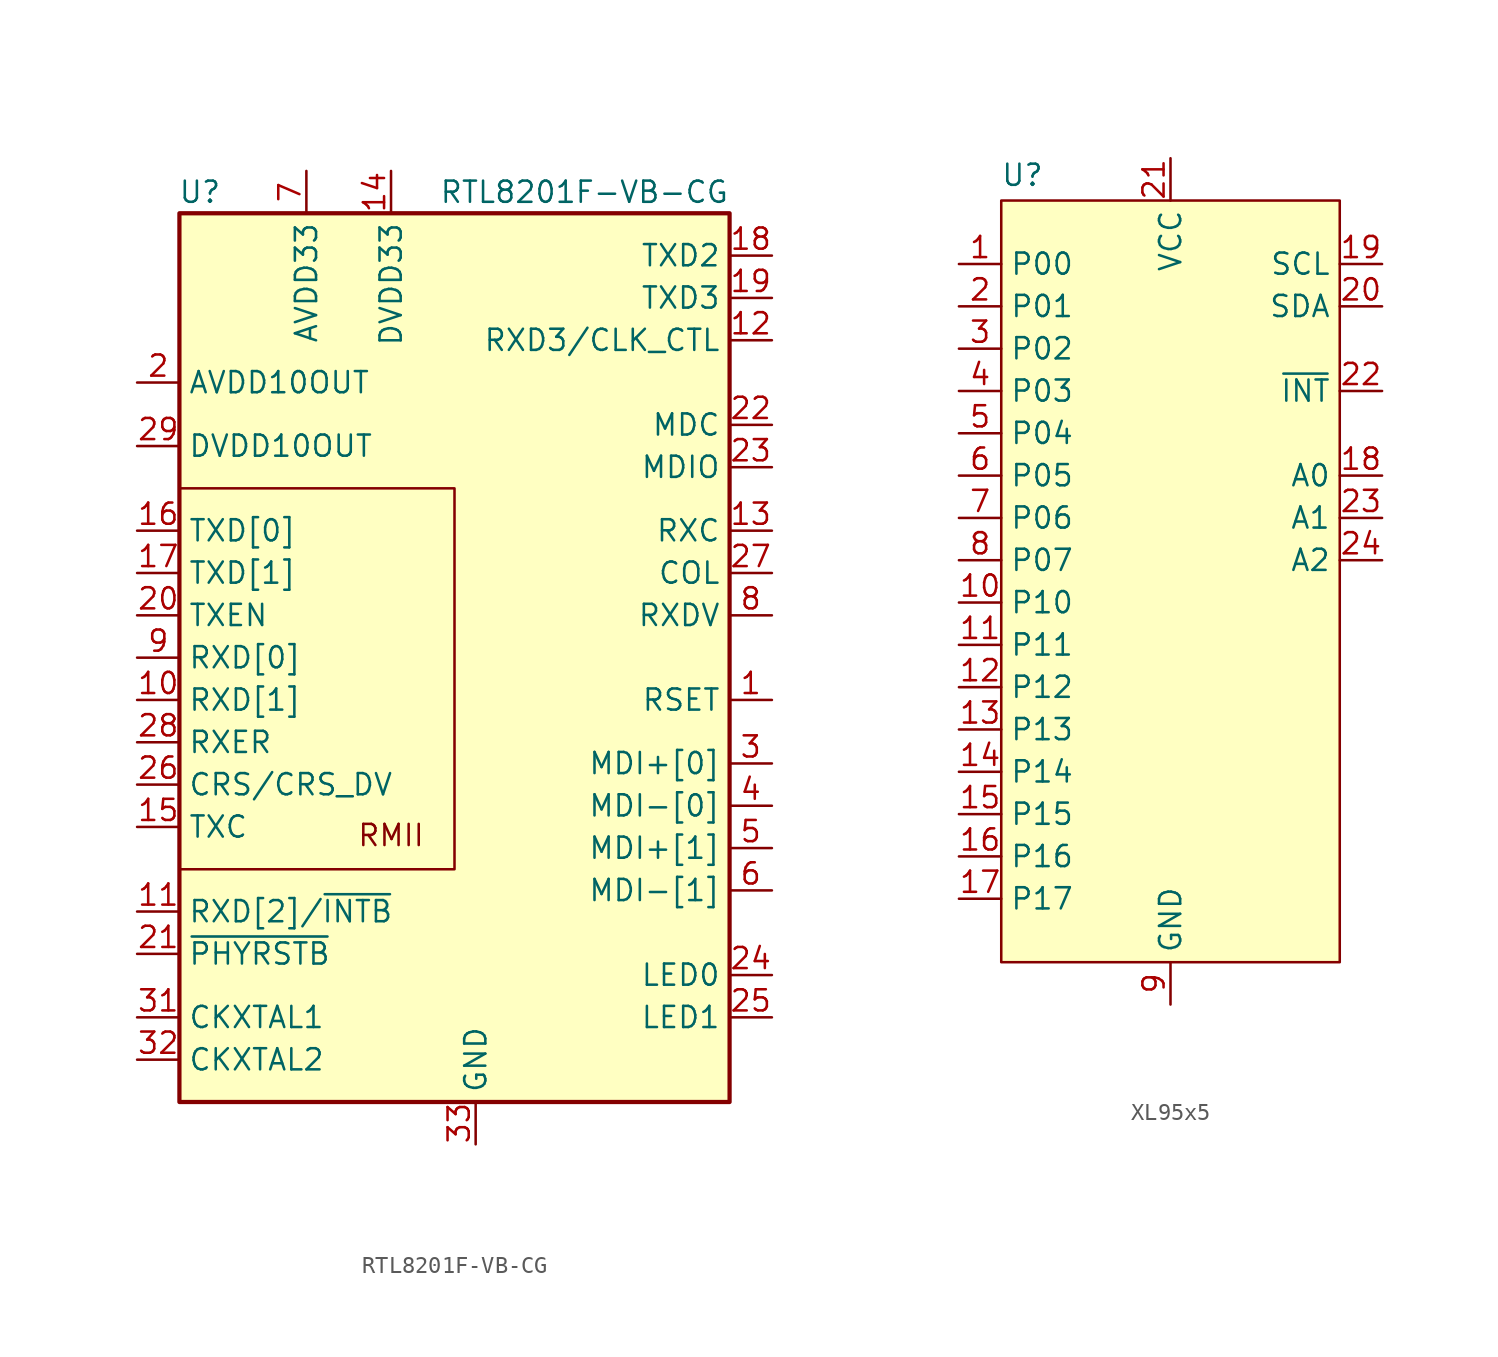
<source format=kicad_sym>
(kicad_symbol_lib
  (version 20231120)
  (generator "kicad_symbol_editor")
  (generator_version "8.0")
  (symbol "RTL8201F-VB-CG"
    (property "Reference" "U"
      (at -15.24 29.21 0)
      (effects (font (size 1.27 1.27)) (justify right)))
    (property "Value" "RTL8201F-VB-CG"
      (at 15.24 29.21 0)
      (effects (font (size 1.27 1.27)) (justify right)))
    (symbol "RTL8201F-VB-CG_0_0"
      (text "RMII" (at -5.08 -9.398 0) (effects (font (size 1.27 1.27)))))
    (symbol "RTL8201F-VB-CG_0_1"
      (rectangle (start -17.78 27.94) (end 15.24 -25.4) (stroke (width 0.254) (type default)) (fill (type background)))
      (polyline (pts (xy -17.78 -11.43) (xy -1.27 -11.43) (xy -1.27 11.43) (xy -17.78 11.43)) (stroke (width 0) (type default)) (fill (type none))))
    (symbol "RTL8201F-VB-CG_1_1"
      (pin bidirectional line (at 17.78 -1.27 180) (length 2.54) (name "RSET" (effects (font (size 1.27 1.27)))) (number "1" (effects (font (size 1.27 1.27)))))
      (pin bidirectional line (at -20.32 -1.27 0) (length 2.54) (name "RXD[1]" (effects (font (size 1.27 1.27)))) (number "10" (effects (font (size 1.27 1.27)))))
      (pin bidirectional line (at -20.32 -13.97 0) (length 2.54) (name "RXD[2]/~{INTB}" (effects (font (size 1.27 1.27)))) (number "11" (effects (font (size 1.27 1.27)))))
      (pin bidirectional line (at 17.78 20.32 180) (length 2.54) (name "RXD3/CLK_CTL" (effects (font (size 1.27 1.27)))) (number "12" (effects (font (size 1.27 1.27)))))
      (pin bidirectional line (at 17.78 8.89 180) (length 2.54) (name "RXC" (effects (font (size 1.27 1.27)))) (number "13" (effects (font (size 1.27 1.27)))))
      (pin power_in line (at -5.08 30.48 270) (length 2.54) (name "DVDD33" (effects (font (size 1.27 1.27)))) (number "14" (effects (font (size 1.27 1.27)))))
      (pin bidirectional line (at -20.32 -8.89 0) (length 2.54) (name "TXC" (effects (font (size 1.27 1.27)))) (number "15" (effects (font (size 1.27 1.27)))))
      (pin bidirectional line (at -20.32 8.89 0) (length 2.54) (name "TXD[0]" (effects (font (size 1.27 1.27)))) (number "16" (effects (font (size 1.27 1.27)))))
      (pin bidirectional line (at -20.32 6.35 0) (length 2.54) (name "TXD[1]" (effects (font (size 1.27 1.27)))) (number "17" (effects (font (size 1.27 1.27)))))
      (pin bidirectional line (at 17.78 25.4 180) (length 2.54) (name "TXD2" (effects (font (size 1.27 1.27)))) (number "18" (effects (font (size 1.27 1.27)))))
      (pin bidirectional line (at 17.78 22.86 180) (length 2.54) (name "TXD3" (effects (font (size 1.27 1.27)))) (number "19" (effects (font (size 1.27 1.27)))))
      (pin power_in line (at -20.32 17.78 0) (length 2.54) (name "AVDD10OUT" (effects (font (size 1.27 1.27)))) (number "2" (effects (font (size 1.27 1.27)))))
      (pin bidirectional line (at -20.32 3.81 0) (length 2.54) (name "TXEN" (effects (font (size 1.27 1.27)))) (number "20" (effects (font (size 1.27 1.27)))))
      (pin bidirectional line (at -20.32 -16.51 0) (length 2.54) (name "~{PHYRSTB}" (effects (font (size 1.27 1.27)))) (number "21" (effects (font (size 1.27 1.27)))))
      (pin bidirectional line (at 17.78 15.24 180) (length 2.54) (name "MDC" (effects (font (size 1.27 1.27)))) (number "22" (effects (font (size 1.27 1.27)))))
      (pin bidirectional line (at 17.78 12.7 180) (length 2.54) (name "MDIO" (effects (font (size 1.27 1.27)))) (number "23" (effects (font (size 1.27 1.27)))))
      (pin bidirectional line (at 17.78 -17.78 180) (length 2.54) (name "LED0" (effects (font (size 1.27 1.27)))) (number "24" (effects (font (size 1.27 1.27)))))
      (pin bidirectional line (at 17.78 -20.32 180) (length 2.54) (name "LED1" (effects (font (size 1.27 1.27)))) (number "25" (effects (font (size 1.27 1.27)))))
      (pin bidirectional line (at -20.32 -6.35 0) (length 2.54) (name "CRS/CRS_DV" (effects (font (size 1.27 1.27)))) (number "26" (effects (font (size 1.27 1.27)))))
      (pin bidirectional line (at 17.78 6.35 180) (length 2.54) (name "COL" (effects (font (size 1.27 1.27)))) (number "27" (effects (font (size 1.27 1.27)))))
      (pin bidirectional line (at -20.32 -3.81 0) (length 2.54) (name "RXER" (effects (font (size 1.27 1.27)))) (number "28" (effects (font (size 1.27 1.27)))))
      (pin power_in line (at -20.32 13.97 0) (length 2.54) (name "DVDD10OUT" (effects (font (size 1.27 1.27)))) (number "29" (effects (font (size 1.27 1.27)))))
      (pin bidirectional line (at 17.78 -5.08 180) (length 2.54) (name "MDI+[0]" (effects (font (size 1.27 1.27)))) (number "3" (effects (font (size 1.27 1.27)))))
      (pin passive line (at -10.16 30.48 270) (length 2.54) hide (name "AVDD33" (effects (font (size 1.27 1.27)))) (number "30" (effects (font (size 1.27 1.27)))))
      (pin bidirectional line (at -20.32 -20.32 0) (length 2.54) (name "CKXTAL1" (effects (font (size 1.27 1.27)))) (number "31" (effects (font (size 1.27 1.27)))))
      (pin bidirectional line (at -20.32 -22.86 0) (length 2.54) (name "CKXTAL2" (effects (font (size 1.27 1.27)))) (number "32" (effects (font (size 1.27 1.27)))))
      (pin power_in line (at 0 -27.94 90) (length 2.54) (name "GND" (effects (font (size 1.27 1.27)))) (number "33" (effects (font (size 1.27 1.27)))))
      (pin bidirectional line (at 17.78 -7.62 180) (length 2.54) (name "MDI-[0]" (effects (font (size 1.27 1.27)))) (number "4" (effects (font (size 1.27 1.27)))))
      (pin bidirectional line (at 17.78 -10.16 180) (length 2.54) (name "MDI+[1]" (effects (font (size 1.27 1.27)))) (number "5" (effects (font (size 1.27 1.27)))))
      (pin bidirectional line (at 17.78 -12.7 180) (length 2.54) (name "MDI-[1]" (effects (font (size 1.27 1.27)))) (number "6" (effects (font (size 1.27 1.27)))))
      (pin power_in line (at -10.16 30.48 270) (length 2.54) (name "AVDD33" (effects (font (size 1.27 1.27)))) (number "7" (effects (font (size 1.27 1.27)))))
      (pin bidirectional line (at 17.78 3.81 180) (length 2.54) (name "RXDV" (effects (font (size 1.27 1.27)))) (number "8" (effects (font (size 1.27 1.27)))))
      (pin bidirectional line (at -20.32 1.27 0) (length 2.54) (name "RXD[0]" (effects (font (size 1.27 1.27)))) (number "9" (effects (font (size 1.27 1.27)))))))
  (symbol "XL95x5"
    (property "Reference" "U"
      (at -8.89 24.384 0)
      (effects (font (size 1.27 1.27))))
    (property "Value" ""
      (at 0 0 0)
      (effects (font (size 1.27 1.27))))
    (symbol "XL95x5_1_1"
      (rectangle (start -10.16 22.86) (end 10.16 -22.86) (stroke (width 0) (type default)) (fill (type background)))
      (pin bidirectional line (at -12.7 19.05 0) (length 2.54) (name "P00" (effects (font (size 1.27 1.27)))) (number "1" (effects (font (size 1.27 1.27)))))
      (pin bidirectional line (at -12.7 -1.27 0) (length 2.54) (name "P10" (effects (font (size 1.27 1.27)))) (number "10" (effects (font (size 1.27 1.27)))))
      (pin bidirectional line (at -12.7 -3.81 0) (length 2.54) (name "P11" (effects (font (size 1.27 1.27)))) (number "11" (effects (font (size 1.27 1.27)))))
      (pin bidirectional line (at -12.7 -6.35 0) (length 2.54) (name "P12" (effects (font (size 1.27 1.27)))) (number "12" (effects (font (size 1.27 1.27)))))
      (pin bidirectional line (at -12.7 -8.89 0) (length 2.54) (name "P13" (effects (font (size 1.27 1.27)))) (number "13" (effects (font (size 1.27 1.27)))))
      (pin bidirectional line (at -12.7 -11.43 0) (length 2.54) (name "P14" (effects (font (size 1.27 1.27)))) (number "14" (effects (font (size 1.27 1.27)))))
      (pin bidirectional line (at -12.7 -13.97 0) (length 2.54) (name "P15" (effects (font (size 1.27 1.27)))) (number "15" (effects (font (size 1.27 1.27)))))
      (pin bidirectional line (at -12.7 -16.51 0) (length 2.54) (name "P16" (effects (font (size 1.27 1.27)))) (number "16" (effects (font (size 1.27 1.27)))))
      (pin bidirectional line (at -12.7 -19.05 0) (length 2.54) (name "P17" (effects (font (size 1.27 1.27)))) (number "17" (effects (font (size 1.27 1.27)))))
      (pin bidirectional line (at 12.7 6.35 180) (length 2.54) (name "A0" (effects (font (size 1.27 1.27)))) (number "18" (effects (font (size 1.27 1.27)))))
      (pin bidirectional line (at 12.7 19.05 180) (length 2.54) (name "SCL" (effects (font (size 1.27 1.27)))) (number "19" (effects (font (size 1.27 1.27)))))
      (pin bidirectional line (at -12.7 16.51 0) (length 2.54) (name "P01" (effects (font (size 1.27 1.27)))) (number "2" (effects (font (size 1.27 1.27)))))
      (pin bidirectional line (at 12.7 16.51 180) (length 2.54) (name "SDA" (effects (font (size 1.27 1.27)))) (number "20" (effects (font (size 1.27 1.27)))))
      (pin power_in line (at 0 25.4 270) (length 2.54) (name "VCC" (effects (font (size 1.27 1.27)))) (number "21" (effects (font (size 1.27 1.27)))))
      (pin bidirectional line (at 12.7 11.43 180) (length 2.54) (name "~{INT}" (effects (font (size 1.27 1.27)))) (number "22" (effects (font (size 1.27 1.27)))))
      (pin bidirectional line (at 12.7 3.81 180) (length 2.54) (name "A1" (effects (font (size 1.27 1.27)))) (number "23" (effects (font (size 1.27 1.27)))))
      (pin bidirectional line (at 12.7 1.27 180) (length 2.54) (name "A2" (effects (font (size 1.27 1.27)))) (number "24" (effects (font (size 1.27 1.27)))))
      (pin passive line (at 0 -25.4 90) (length 2.54) hide (name "GND" (effects (font (size 1.27 1.27)))) (number "25" (effects (font (size 1.27 1.27)))))
      (pin bidirectional line (at -12.7 13.97 0) (length 2.54) (name "P02" (effects (font (size 1.27 1.27)))) (number "3" (effects (font (size 1.27 1.27)))))
      (pin bidirectional line (at -12.7 11.43 0) (length 2.54) (name "P03" (effects (font (size 1.27 1.27)))) (number "4" (effects (font (size 1.27 1.27)))))
      (pin bidirectional line (at -12.7 8.89 0) (length 2.54) (name "P04" (effects (font (size 1.27 1.27)))) (number "5" (effects (font (size 1.27 1.27)))))
      (pin bidirectional line (at -12.7 6.35 0) (length 2.54) (name "P05" (effects (font (size 1.27 1.27)))) (number "6" (effects (font (size 1.27 1.27)))))
      (pin bidirectional line (at -12.7 3.81 0) (length 2.54) (name "P06" (effects (font (size 1.27 1.27)))) (number "7" (effects (font (size 1.27 1.27)))))
      (pin bidirectional line (at -12.7 1.27 0) (length 2.54) (name "P07" (effects (font (size 1.27 1.27)))) (number "8" (effects (font (size 1.27 1.27)))))
      (pin power_in line (at 0 -25.4 90) (length 2.54) (name "GND" (effects (font (size 1.27 1.27)))) (number "9" (effects (font (size 1.27 1.27))))))))
</source>
